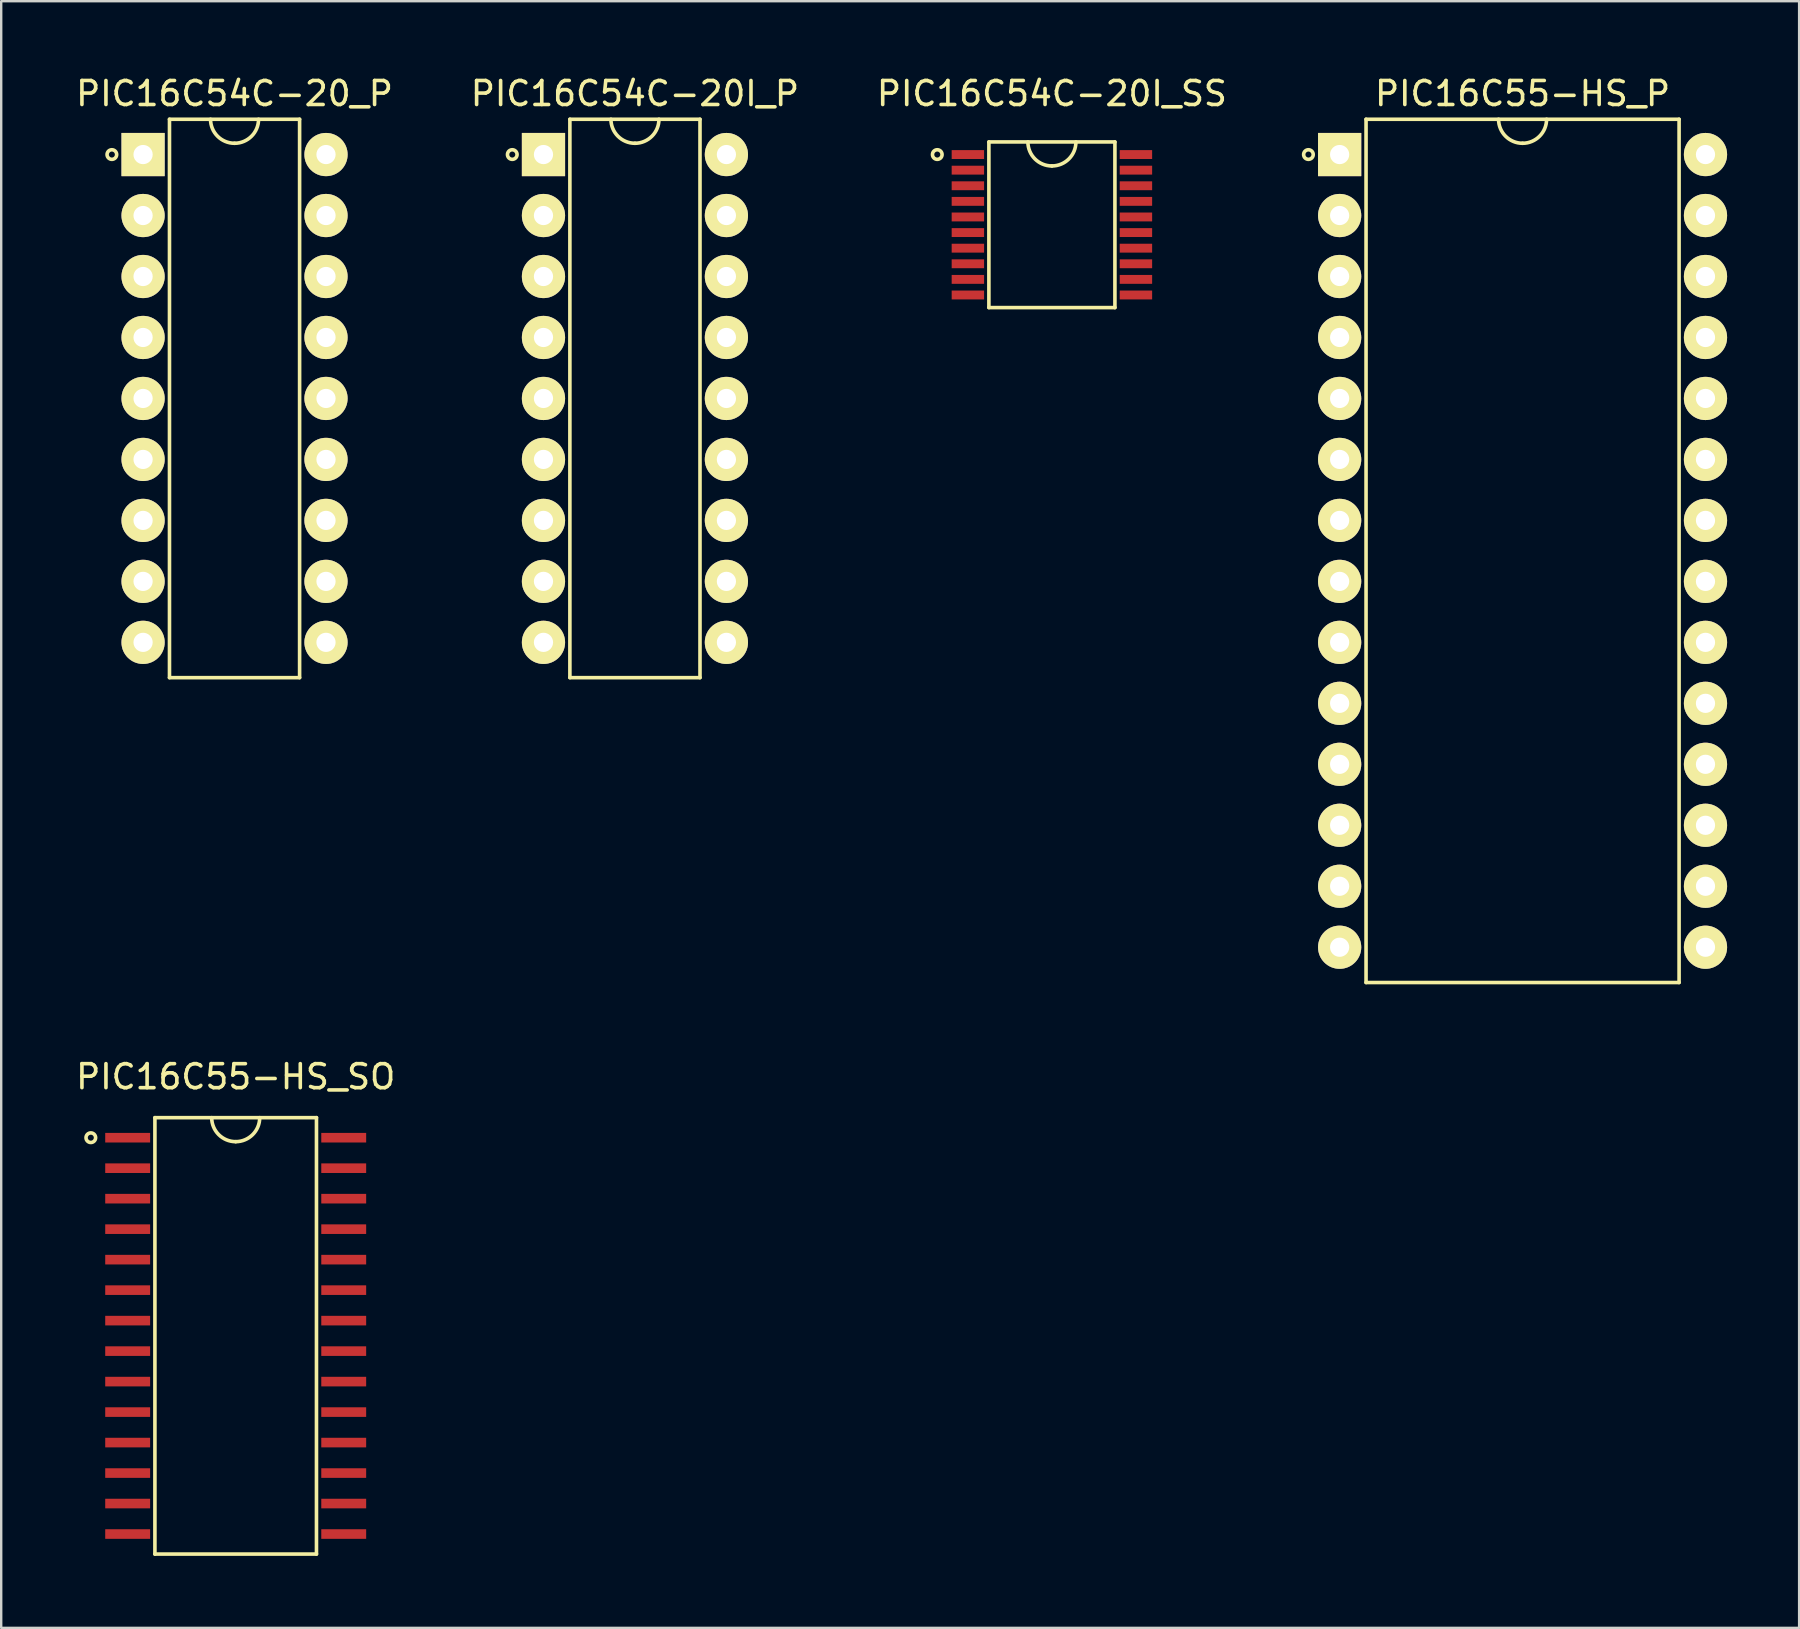
<source format=kicad_pcb>
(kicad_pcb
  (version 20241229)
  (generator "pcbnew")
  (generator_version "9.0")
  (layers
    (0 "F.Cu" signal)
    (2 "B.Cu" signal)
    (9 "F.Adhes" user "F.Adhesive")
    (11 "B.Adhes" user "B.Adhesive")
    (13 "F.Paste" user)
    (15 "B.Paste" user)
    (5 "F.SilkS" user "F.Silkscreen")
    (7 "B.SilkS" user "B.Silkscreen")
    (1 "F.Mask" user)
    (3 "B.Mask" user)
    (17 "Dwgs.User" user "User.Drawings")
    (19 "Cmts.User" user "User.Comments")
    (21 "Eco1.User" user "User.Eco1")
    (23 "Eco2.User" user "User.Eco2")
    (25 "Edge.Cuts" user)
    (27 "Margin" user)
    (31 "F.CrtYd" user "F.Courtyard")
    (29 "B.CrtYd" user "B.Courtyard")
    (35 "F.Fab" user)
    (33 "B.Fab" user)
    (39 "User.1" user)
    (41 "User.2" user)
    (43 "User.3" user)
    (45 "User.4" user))
  (footprint "PIC16C55-HS_SO"
    (layer "F.Cu")
    (at 2.268 44.342)
    (property "Reference" "PIC16C55-HS_SO" (at 4.5 -2.54 0) (layer "F.SilkS") (effects (font (size 1 1) (thickness 0.15))))
    (attr through_hole)
    (fp_line (start 1.135 -0.835) (end 7.865 -0.835) (stroke (width 0.15) (type solid)) (layer "F.SilkS"))
    (fp_line (start 1.135 17.345) (end 1.135 -0.835) (stroke (width 0.15) (type solid)) (layer "F.SilkS"))
    (fp_line (start 7.865 -0.835) (end 7.865 17.345) (stroke (width 0.15) (type solid)) (layer "F.SilkS"))
    (fp_line (start 7.865 17.345) (end 1.135 17.345) (stroke (width 0.15) (type solid)) (layer "F.SilkS"))
    (fp_arc (start 4.5 0.165) (mid 3.792893 -0.127893) (end 3.5 -0.835) (stroke (width 0.15) (type solid)) (layer "F.SilkS"))
    (fp_arc (start 5.5 -0.835) (mid 5.207107 -0.127893) (end 4.5 0.165) (stroke (width 0.15) (type solid)) (layer "F.SilkS"))
    (fp_circle (center -1.535 0) (end -1.535 0.2) (stroke (width 0.15) (type solid)) (fill no) (layer "F.SilkS"))
    (pad "1" smd rect (at 0 0) (size 1.87 0.4) (layers "F.Cu" "F.Mask" "F.Paste"))
    (pad "2" smd rect (at 0 1.27) (size 1.87 0.4) (layers "F.Cu" "F.Mask" "F.Paste"))
    (pad "3" smd rect (at 0 2.54) (size 1.87 0.4) (layers "F.Cu" "F.Mask" "F.Paste"))
    (pad "4" smd rect (at 0 3.81) (size 1.87 0.4) (layers "F.Cu" "F.Mask" "F.Paste"))
    (pad "5" smd rect (at 0 5.08) (size 1.87 0.4) (layers "F.Cu" "F.Mask" "F.Paste"))
    (pad "6" smd rect (at 0 6.35) (size 1.87 0.4) (layers "F.Cu" "F.Mask" "F.Paste"))
    (pad "7" smd rect (at 0 7.62) (size 1.87 0.4) (layers "F.Cu" "F.Mask" "F.Paste"))
    (pad "8" smd rect (at 0 8.89) (size 1.87 0.4) (layers "F.Cu" "F.Mask" "F.Paste"))
    (pad "9" smd rect (at 0 10.16) (size 1.87 0.4) (layers "F.Cu" "F.Mask" "F.Paste"))
    (pad "10" smd rect (at 0 11.43) (size 1.87 0.4) (layers "F.Cu" "F.Mask" "F.Paste"))
    (pad "11" smd rect (at 0 12.7) (size 1.87 0.4) (layers "F.Cu" "F.Mask" "F.Paste"))
    (pad "12" smd rect (at 0 13.97) (size 1.87 0.4) (layers "F.Cu" "F.Mask" "F.Paste"))
    (pad "13" smd rect (at 0 15.24) (size 1.87 0.4) (layers "F.Cu" "F.Mask" "F.Paste"))
    (pad "14" smd rect (at 0 16.51) (size 1.87 0.4) (layers "F.Cu" "F.Mask" "F.Paste"))
    (pad "15" smd rect (at 9 16.51) (size 1.87 0.4) (layers "F.Cu" "F.Mask" "F.Paste"))
    (pad "16" smd rect (at 9 15.24) (size 1.87 0.4) (layers "F.Cu" "F.Mask" "F.Paste"))
    (pad "17" smd rect (at 9 13.97) (size 1.87 0.4) (layers "F.Cu" "F.Mask" "F.Paste"))
    (pad "18" smd rect (at 9 12.7) (size 1.87 0.4) (layers "F.Cu" "F.Mask" "F.Paste"))
    (pad "19" smd rect (at 9 11.43) (size 1.87 0.4) (layers "F.Cu" "F.Mask" "F.Paste"))
    (pad "20" smd rect (at 9 10.16) (size 1.87 0.4) (layers "F.Cu" "F.Mask" "F.Paste"))
    (pad "21" smd rect (at 9 8.89) (size 1.87 0.4) (layers "F.Cu" "F.Mask" "F.Paste"))
    (pad "22" smd rect (at 9 7.62) (size 1.87 0.4) (layers "F.Cu" "F.Mask" "F.Paste"))
    (pad "23" smd rect (at 9 6.35) (size 1.87 0.4) (layers "F.Cu" "F.Mask" "F.Paste"))
    (pad "24" smd rect (at 9 5.08) (size 1.87 0.4) (layers "F.Cu" "F.Mask" "F.Paste"))
    (pad "25" smd rect (at 9 3.81) (size 1.87 0.4) (layers "F.Cu" "F.Mask" "F.Paste"))
    (pad "26" smd rect (at 9 2.54) (size 1.87 0.4) (layers "F.Cu" "F.Mask" "F.Paste"))
    (pad "27" smd rect (at 9 1.27) (size 1.87 0.4) (layers "F.Cu" "F.Mask" "F.Paste"))
    (pad "28" smd rect (at 9 0) (size 1.87 0.4) (layers "F.Cu" "F.Mask" "F.Paste")))
  (footprint "PIC16C54C-20I_P"
    (layer "F.Cu")
    (at 19.589 3.388)
    (property "Reference" "PIC16C54C-20I_P" (at 3.81 -2.54 0) (layer "F.SilkS") (effects (font (size 1 1) (thickness 0.15))))
    (attr through_hole)
    (fp_line (start 1.1 -1.47) (end 6.52 -1.47) (stroke (width 0.15) (type solid)) (layer "F.SilkS"))
    (fp_line (start 1.1 21.79) (end 1.1 -1.47) (stroke (width 0.15) (type solid)) (layer "F.SilkS"))
    (fp_line (start 6.52 -1.47) (end 6.52 21.79) (stroke (width 0.15) (type solid)) (layer "F.SilkS"))
    (fp_line (start 6.52 21.79) (end 1.1 21.79) (stroke (width 0.15) (type solid)) (layer "F.SilkS"))
    (fp_arc (start 3.81 -0.47) (mid 3.102893 -0.762893) (end 2.81 -1.47) (stroke (width 0.15) (type solid)) (layer "F.SilkS"))
    (fp_arc (start 4.81 -1.47) (mid 4.517107 -0.762893) (end 3.81 -0.47) (stroke (width 0.15) (type solid)) (layer "F.SilkS"))
    (fp_circle (center -1.3 0) (end -1.3 0.2) (stroke (width 0.15) (type solid)) (fill no) (layer "F.SilkS"))
    (pad "1" thru_hole rect (at 0 0) (size 1.8 1.8) (drill 0.8) (layers "*.Cu" "*.Mask" "F.SilkS"))
    (pad "2" thru_hole circle (at 0 2.54) (size 1.8 1.8) (drill 0.8) (layers "*.Cu" "*.Mask" "F.SilkS"))
    (pad "3" thru_hole circle (at 0 5.08) (size 1.8 1.8) (drill 0.8) (layers "*.Cu" "*.Mask" "F.SilkS"))
    (pad "4" thru_hole circle (at 0 7.62) (size 1.8 1.8) (drill 0.8) (layers "*.Cu" "*.Mask" "F.SilkS"))
    (pad "5" thru_hole circle (at 0 10.16) (size 1.8 1.8) (drill 0.8) (layers "*.Cu" "*.Mask" "F.SilkS"))
    (pad "6" thru_hole circle (at 0 12.7) (size 1.8 1.8) (drill 0.8) (layers "*.Cu" "*.Mask" "F.SilkS"))
    (pad "7" thru_hole circle (at 0 15.24) (size 1.8 1.8) (drill 0.8) (layers "*.Cu" "*.Mask" "F.SilkS"))
    (pad "8" thru_hole circle (at 0 17.78) (size 1.8 1.8) (drill 0.8) (layers "*.Cu" "*.Mask" "F.SilkS"))
    (pad "9" thru_hole circle (at 0 20.32) (size 1.8 1.8) (drill 0.8) (layers "*.Cu" "*.Mask" "F.SilkS"))
    (pad "10" thru_hole circle (at 7.62 20.32) (size 1.8 1.8) (drill 0.8) (layers "*.Cu" "*.Mask" "F.SilkS"))
    (pad "11" thru_hole circle (at 7.62 17.78) (size 1.8 1.8) (drill 0.8) (layers "*.Cu" "*.Mask" "F.SilkS"))
    (pad "12" thru_hole circle (at 7.62 15.24) (size 1.8 1.8) (drill 0.8) (layers "*.Cu" "*.Mask" "F.SilkS"))
    (pad "13" thru_hole circle (at 7.62 12.7) (size 1.8 1.8) (drill 0.8) (layers "*.Cu" "*.Mask" "F.SilkS"))
    (pad "14" thru_hole circle (at 7.62 10.16) (size 1.8 1.8) (drill 0.8) (layers "*.Cu" "*.Mask" "F.SilkS"))
    (pad "15" thru_hole circle (at 7.62 7.62) (size 1.8 1.8) (drill 0.8) (layers "*.Cu" "*.Mask" "F.SilkS"))
    (pad "16" thru_hole circle (at 7.62 5.08) (size 1.8 1.8) (drill 0.8) (layers "*.Cu" "*.Mask" "F.SilkS"))
    (pad "17" thru_hole circle (at 7.62 2.54) (size 1.8 1.8) (drill 0.8) (layers "*.Cu" "*.Mask" "F.SilkS"))
    (pad "18" thru_hole circle (at 7.62 0) (size 1.8 1.8) (drill 0.8) (layers "*.Cu" "*.Mask" "F.SilkS")))
  (footprint "PIC16C54C-20_P"
    (layer "F.Cu")
    (at 2.91 3.388)
    (property "Reference" "PIC16C54C-20_P" (at 3.81 -2.54 0) (layer "F.SilkS") (effects (font (size 1 1) (thickness 0.15))))
    (attr through_hole)
    (fp_line (start 1.1 -1.47) (end 6.52 -1.47) (stroke (width 0.15) (type solid)) (layer "F.SilkS"))
    (fp_line (start 1.1 21.79) (end 1.1 -1.47) (stroke (width 0.15) (type solid)) (layer "F.SilkS"))
    (fp_line (start 6.52 -1.47) (end 6.52 21.79) (stroke (width 0.15) (type solid)) (layer "F.SilkS"))
    (fp_line (start 6.52 21.79) (end 1.1 21.79) (stroke (width 0.15) (type solid)) (layer "F.SilkS"))
    (fp_arc (start 3.81 -0.47) (mid 3.102893 -0.762893) (end 2.81 -1.47) (stroke (width 0.15) (type solid)) (layer "F.SilkS"))
    (fp_arc (start 4.81 -1.47) (mid 4.517107 -0.762893) (end 3.81 -0.47) (stroke (width 0.15) (type solid)) (layer "F.SilkS"))
    (fp_circle (center -1.3 0) (end -1.3 0.2) (stroke (width 0.15) (type solid)) (fill no) (layer "F.SilkS"))
    (pad "1" thru_hole rect (at 0 0) (size 1.8 1.8) (drill 0.8) (layers "*.Cu" "*.Mask" "F.SilkS"))
    (pad "2" thru_hole circle (at 0 2.54) (size 1.8 1.8) (drill 0.8) (layers "*.Cu" "*.Mask" "F.SilkS"))
    (pad "3" thru_hole circle (at 0 5.08) (size 1.8 1.8) (drill 0.8) (layers "*.Cu" "*.Mask" "F.SilkS"))
    (pad "4" thru_hole circle (at 0 7.62) (size 1.8 1.8) (drill 0.8) (layers "*.Cu" "*.Mask" "F.SilkS"))
    (pad "5" thru_hole circle (at 0 10.16) (size 1.8 1.8) (drill 0.8) (layers "*.Cu" "*.Mask" "F.SilkS"))
    (pad "6" thru_hole circle (at 0 12.7) (size 1.8 1.8) (drill 0.8) (layers "*.Cu" "*.Mask" "F.SilkS"))
    (pad "7" thru_hole circle (at 0 15.24) (size 1.8 1.8) (drill 0.8) (layers "*.Cu" "*.Mask" "F.SilkS"))
    (pad "8" thru_hole circle (at 0 17.78) (size 1.8 1.8) (drill 0.8) (layers "*.Cu" "*.Mask" "F.SilkS"))
    (pad "9" thru_hole circle (at 0 20.32) (size 1.8 1.8) (drill 0.8) (layers "*.Cu" "*.Mask" "F.SilkS"))
    (pad "10" thru_hole circle (at 7.62 20.32) (size 1.8 1.8) (drill 0.8) (layers "*.Cu" "*.Mask" "F.SilkS"))
    (pad "11" thru_hole circle (at 7.62 17.78) (size 1.8 1.8) (drill 0.8) (layers "*.Cu" "*.Mask" "F.SilkS"))
    (pad "12" thru_hole circle (at 7.62 15.24) (size 1.8 1.8) (drill 0.8) (layers "*.Cu" "*.Mask" "F.SilkS"))
    (pad "13" thru_hole circle (at 7.62 12.7) (size 1.8 1.8) (drill 0.8) (layers "*.Cu" "*.Mask" "F.SilkS"))
    (pad "14" thru_hole circle (at 7.62 10.16) (size 1.8 1.8) (drill 0.8) (layers "*.Cu" "*.Mask" "F.SilkS"))
    (pad "15" thru_hole circle (at 7.62 7.62) (size 1.8 1.8) (drill 0.8) (layers "*.Cu" "*.Mask" "F.SilkS"))
    (pad "16" thru_hole circle (at 7.62 5.08) (size 1.8 1.8) (drill 0.8) (layers "*.Cu" "*.Mask" "F.SilkS"))
    (pad "17" thru_hole circle (at 7.62 2.54) (size 1.8 1.8) (drill 0.8) (layers "*.Cu" "*.Mask" "F.SilkS"))
    (pad "18" thru_hole circle (at 7.62 0) (size 1.8 1.8) (drill 0.8) (layers "*.Cu" "*.Mask" "F.SilkS")))
  (footprint "PIC16C55-HS_P"
    (layer "F.Cu")
    (at 52.754 3.388)
    (property "Reference" "PIC16C55-HS_P" (at 7.62 -2.54 0) (layer "F.SilkS") (effects (font (size 1 1) (thickness 0.15))))
    (attr through_hole)
    (fp_line (start 1.1 -1.47) (end 14.14 -1.47) (stroke (width 0.15) (type solid)) (layer "F.SilkS"))
    (fp_line (start 1.1 34.49) (end 1.1 -1.47) (stroke (width 0.15) (type solid)) (layer "F.SilkS"))
    (fp_line (start 14.14 -1.47) (end 14.14 34.49) (stroke (width 0.15) (type solid)) (layer "F.SilkS"))
    (fp_line (start 14.14 34.49) (end 1.1 34.49) (stroke (width 0.15) (type solid)) (layer "F.SilkS"))
    (fp_arc (start 7.62 -0.47) (mid 6.912893 -0.762893) (end 6.62 -1.47) (stroke (width 0.15) (type solid)) (layer "F.SilkS"))
    (fp_arc (start 8.62 -1.47) (mid 8.327107 -0.762893) (end 7.62 -0.47) (stroke (width 0.15) (type solid)) (layer "F.SilkS"))
    (fp_circle (center -1.3 0) (end -1.3 0.2) (stroke (width 0.15) (type solid)) (fill no) (layer "F.SilkS"))
    (pad "1" thru_hole rect (at 0 0) (size 1.8 1.8) (drill 0.8) (layers "*.Cu" "*.Mask" "F.SilkS"))
    (pad "2" thru_hole circle (at 0 2.54) (size 1.8 1.8) (drill 0.8) (layers "*.Cu" "*.Mask" "F.SilkS"))
    (pad "3" thru_hole circle (at 0 5.08) (size 1.8 1.8) (drill 0.8) (layers "*.Cu" "*.Mask" "F.SilkS"))
    (pad "4" thru_hole circle (at 0 7.62) (size 1.8 1.8) (drill 0.8) (layers "*.Cu" "*.Mask" "F.SilkS"))
    (pad "5" thru_hole circle (at 0 10.16) (size 1.8 1.8) (drill 0.8) (layers "*.Cu" "*.Mask" "F.SilkS"))
    (pad "6" thru_hole circle (at 0 12.7) (size 1.8 1.8) (drill 0.8) (layers "*.Cu" "*.Mask" "F.SilkS"))
    (pad "7" thru_hole circle (at 0 15.24) (size 1.8 1.8) (drill 0.8) (layers "*.Cu" "*.Mask" "F.SilkS"))
    (pad "8" thru_hole circle (at 0 17.78) (size 1.8 1.8) (drill 0.8) (layers "*.Cu" "*.Mask" "F.SilkS"))
    (pad "9" thru_hole circle (at 0 20.32) (size 1.8 1.8) (drill 0.8) (layers "*.Cu" "*.Mask" "F.SilkS"))
    (pad "10" thru_hole circle (at 0 22.86) (size 1.8 1.8) (drill 0.8) (layers "*.Cu" "*.Mask" "F.SilkS"))
    (pad "11" thru_hole circle (at 0 25.4) (size 1.8 1.8) (drill 0.8) (layers "*.Cu" "*.Mask" "F.SilkS"))
    (pad "12" thru_hole circle (at 0 27.94) (size 1.8 1.8) (drill 0.8) (layers "*.Cu" "*.Mask" "F.SilkS"))
    (pad "13" thru_hole circle (at 0 30.48) (size 1.8 1.8) (drill 0.8) (layers "*.Cu" "*.Mask" "F.SilkS"))
    (pad "14" thru_hole circle (at 0 33.02) (size 1.8 1.8) (drill 0.8) (layers "*.Cu" "*.Mask" "F.SilkS"))
    (pad "15" thru_hole circle (at 15.24 33.02) (size 1.8 1.8) (drill 0.8) (layers "*.Cu" "*.Mask" "F.SilkS"))
    (pad "16" thru_hole circle (at 15.24 30.48) (size 1.8 1.8) (drill 0.8) (layers "*.Cu" "*.Mask" "F.SilkS"))
    (pad "17" thru_hole circle (at 15.24 27.94) (size 1.8 1.8) (drill 0.8) (layers "*.Cu" "*.Mask" "F.SilkS"))
    (pad "18" thru_hole circle (at 15.24 25.4) (size 1.8 1.8) (drill 0.8) (layers "*.Cu" "*.Mask" "F.SilkS"))
    (pad "19" thru_hole circle (at 15.24 22.86) (size 1.8 1.8) (drill 0.8) (layers "*.Cu" "*.Mask" "F.SilkS"))
    (pad "20" thru_hole circle (at 15.24 20.32) (size 1.8 1.8) (drill 0.8) (layers "*.Cu" "*.Mask" "F.SilkS"))
    (pad "21" thru_hole circle (at 15.24 17.78) (size 1.8 1.8) (drill 0.8) (layers "*.Cu" "*.Mask" "F.SilkS"))
    (pad "22" thru_hole circle (at 15.24 15.24) (size 1.8 1.8) (drill 0.8) (layers "*.Cu" "*.Mask" "F.SilkS"))
    (pad "23" thru_hole circle (at 15.24 12.7) (size 1.8 1.8) (drill 0.8) (layers "*.Cu" "*.Mask" "F.SilkS"))
    (pad "24" thru_hole circle (at 15.24 10.16) (size 1.8 1.8) (drill 0.8) (layers "*.Cu" "*.Mask" "F.SilkS"))
    (pad "25" thru_hole circle (at 15.24 7.62) (size 1.8 1.8) (drill 0.8) (layers "*.Cu" "*.Mask" "F.SilkS"))
    (pad "26" thru_hole circle (at 15.24 5.08) (size 1.8 1.8) (drill 0.8) (layers "*.Cu" "*.Mask" "F.SilkS"))
    (pad "27" thru_hole circle (at 15.24 2.54) (size 1.8 1.8) (drill 0.8) (layers "*.Cu" "*.Mask" "F.SilkS"))
    (pad "28" thru_hole circle (at 15.24 0) (size 1.8 1.8) (drill 0.8) (layers "*.Cu" "*.Mask" "F.SilkS")))
  (footprint "PIC16C54C-20I_SS"
    (layer "F.Cu")
    (at 37.268 3.388)
    (property "Reference" "PIC16C54C-20I_SS" (at 3.5 -2.54 0) (layer "F.SilkS") (effects (font (size 1 1) (thickness 0.15))))
    (attr through_hole)
    (fp_line (start 0.875 -0.525) (end 6.125 -0.525) (stroke (width 0.15) (type solid)) (layer "F.SilkS"))
    (fp_line (start 0.875 6.375) (end 0.875 -0.525) (stroke (width 0.15) (type solid)) (layer "F.SilkS"))
    (fp_line (start 6.125 -0.525) (end 6.125 6.375) (stroke (width 0.15) (type solid)) (layer "F.SilkS"))
    (fp_line (start 6.125 6.375) (end 0.875 6.375) (stroke (width 0.15) (type solid)) (layer "F.SilkS"))
    (fp_arc (start 3.5 0.475) (mid 2.792893 0.182107) (end 2.5 -0.525) (stroke (width 0.15) (type solid)) (layer "F.SilkS"))
    (fp_arc (start 4.5 -0.525) (mid 4.207107 0.182107) (end 3.5 0.475) (stroke (width 0.15) (type solid)) (layer "F.SilkS"))
    (fp_circle (center -1.275 0) (end -1.275 0.2) (stroke (width 0.15) (type solid)) (fill no) (layer "F.SilkS"))
    (pad "1" smd rect (at 0 0) (size 1.35 0.37) (layers "F.Cu" "F.Mask" "F.Paste"))
    (pad "2" smd rect (at 0 0.65) (size 1.35 0.37) (layers "F.Cu" "F.Mask" "F.Paste"))
    (pad "3" smd rect (at 0 1.3) (size 1.35 0.37) (layers "F.Cu" "F.Mask" "F.Paste"))
    (pad "4" smd rect (at 0 1.95) (size 1.35 0.37) (layers "F.Cu" "F.Mask" "F.Paste"))
    (pad "5" smd rect (at 0 2.6) (size 1.35 0.37) (layers "F.Cu" "F.Mask" "F.Paste"))
    (pad "6" smd rect (at 0 3.25) (size 1.35 0.37) (layers "F.Cu" "F.Mask" "F.Paste"))
    (pad "7" smd rect (at 0 3.9) (size 1.35 0.37) (layers "F.Cu" "F.Mask" "F.Paste"))
    (pad "8" smd rect (at 0 4.55) (size 1.35 0.37) (layers "F.Cu" "F.Mask" "F.Paste"))
    (pad "9" smd rect (at 0 5.2) (size 1.35 0.37) (layers "F.Cu" "F.Mask" "F.Paste"))
    (pad "10" smd rect (at 0 5.85) (size 1.35 0.37) (layers "F.Cu" "F.Mask" "F.Paste"))
    (pad "11" smd rect (at 7 5.85) (size 1.35 0.37) (layers "F.Cu" "F.Mask" "F.Paste"))
    (pad "12" smd rect (at 7 5.2) (size 1.35 0.37) (layers "F.Cu" "F.Mask" "F.Paste"))
    (pad "13" smd rect (at 7 4.55) (size 1.35 0.37) (layers "F.Cu" "F.Mask" "F.Paste"))
    (pad "14" smd rect (at 7 3.9) (size 1.35 0.37) (layers "F.Cu" "F.Mask" "F.Paste"))
    (pad "15" smd rect (at 7 3.25) (size 1.35 0.37) (layers "F.Cu" "F.Mask" "F.Paste"))
    (pad "16" smd rect (at 7 2.6) (size 1.35 0.37) (layers "F.Cu" "F.Mask" "F.Paste"))
    (pad "17" smd rect (at 7 1.95) (size 1.35 0.37) (layers "F.Cu" "F.Mask" "F.Paste"))
    (pad "18" smd rect (at 7 1.3) (size 1.35 0.37) (layers "F.Cu" "F.Mask" "F.Paste"))
    (pad "19" smd rect (at 7 0.65) (size 1.35 0.37) (layers "F.Cu" "F.Mask" "F.Paste"))
    (pad "20" smd rect (at 7 0) (size 1.35 0.37) (layers "F.Cu" "F.Mask" "F.Paste")))
  (gr_rect
    (start -3 -3)
    (end 71.894 64.761)
    (stroke (width 0.1) (type default))
    (fill no)
    (layer "Edge.Cuts")))
</source>
